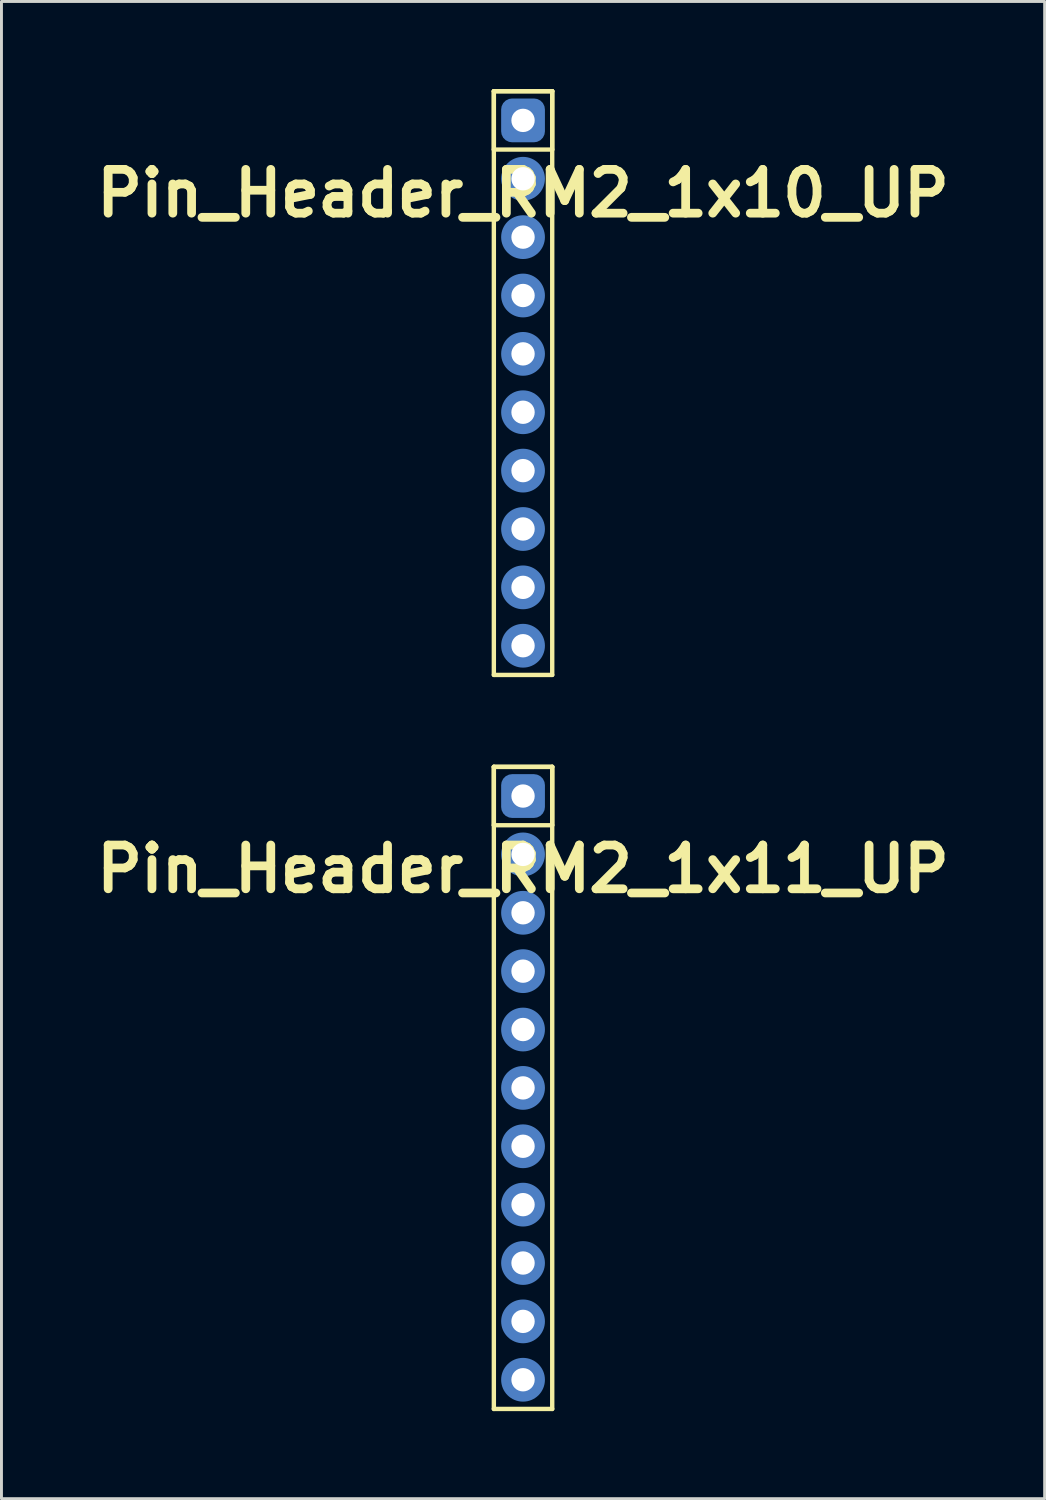
<source format=kicad_pcb>
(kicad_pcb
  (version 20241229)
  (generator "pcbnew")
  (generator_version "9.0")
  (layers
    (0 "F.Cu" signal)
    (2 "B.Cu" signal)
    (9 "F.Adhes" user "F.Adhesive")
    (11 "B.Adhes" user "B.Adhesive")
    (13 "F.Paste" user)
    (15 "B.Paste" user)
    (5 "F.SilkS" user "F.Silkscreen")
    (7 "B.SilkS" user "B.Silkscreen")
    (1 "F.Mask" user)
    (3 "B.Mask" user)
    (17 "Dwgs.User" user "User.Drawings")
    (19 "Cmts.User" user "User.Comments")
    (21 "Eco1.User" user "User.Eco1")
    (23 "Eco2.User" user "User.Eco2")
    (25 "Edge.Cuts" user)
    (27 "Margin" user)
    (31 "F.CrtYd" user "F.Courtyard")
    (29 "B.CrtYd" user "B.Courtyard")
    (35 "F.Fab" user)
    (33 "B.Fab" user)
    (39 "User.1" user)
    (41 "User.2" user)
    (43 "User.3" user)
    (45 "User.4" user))
  (footprint "Pin_Header_RM2_1x10_UP"
    (layer "F.Cu")
    (at 14.871 1.075)
    (property "Reference" "Pin_Header_RM2_1x10_UP" (at 0 2.5 0) (layer "F.SilkS") (effects (font (size 1.5 1.5) (thickness 0.3))))
    (attr through_hole)
    (fp_line (start -1 -1) (end 1 -1) (stroke (width 0.15) (type solid)) (layer "F.SilkS"))
    (fp_line (start -1 -1) (end 1 -1) (stroke (width 0.15) (type solid)) (layer "F.SilkS"))
    (fp_line (start -1 1) (end -1 -1) (stroke (width 0.15) (type solid)) (layer "F.SilkS"))
    (fp_line (start -1 19) (end -1 -1) (stroke (width 0.15) (type solid)) (layer "F.SilkS"))
    (fp_line (start 1 -1) (end 1 1) (stroke (width 0.15) (type solid)) (layer "F.SilkS"))
    (fp_line (start 1 -1) (end 1 19) (stroke (width 0.15) (type solid)) (layer "F.SilkS"))
    (fp_line (start 1 1) (end -1 1) (stroke (width 0.15) (type solid)) (layer "F.SilkS"))
    (fp_line (start 1 19) (end -1 19) (stroke (width 0.15) (type solid)) (layer "F.SilkS"))
    (pad "1" thru_hole circle (at 0 0) (size 1.1 1.1) (drill 0.8) (layers "*.Cu" "*.Mask"))
    (pad "1" smd roundrect (at 0 0) (size 1.25 1.25) (layers "F.Cu" "F.Mask") (roundrect_rratio 0.25))
    (pad "1" smd roundrect (at 0 0) (size 1.5 1.5) (layers "B.Cu" "B.Mask") (roundrect_rratio 0.25))
    (pad "2" thru_hole circle (at 0 2) (size 1.1 1.1) (drill 0.8) (layers "*.Cu" "*.Mask"))
    (pad "2" smd circle (at 0 2) (size 1.25 1.25) (layers "F.Cu" "F.Mask"))
    (pad "2" smd circle (at 0 2) (size 1.5 1.5) (layers "B.Cu" "B.Mask"))
    (pad "3" thru_hole circle (at 0 4) (size 1.1 1.1) (drill 0.8) (layers "*.Cu" "*.Mask"))
    (pad "3" smd circle (at 0 4) (size 1.25 1.25) (layers "F.Cu" "F.Mask"))
    (pad "3" smd circle (at 0 4) (size 1.5 1.5) (layers "B.Cu" "B.Mask"))
    (pad "4" thru_hole circle (at 0 6) (size 1.1 1.1) (drill 0.8) (layers "*.Cu" "*.Mask"))
    (pad "4" smd circle (at 0 6) (size 1.25 1.25) (layers "F.Cu" "F.Mask"))
    (pad "4" smd circle (at 0 6) (size 1.5 1.5) (layers "B.Cu" "B.Mask"))
    (pad "5" thru_hole circle (at 0 8) (size 1.1 1.1) (drill 0.8) (layers "*.Cu" "*.Mask"))
    (pad "5" smd circle (at 0 8) (size 1.25 1.25) (layers "F.Cu" "F.Mask"))
    (pad "5" smd circle (at 0 8) (size 1.5 1.5) (layers "B.Cu" "B.Mask"))
    (pad "6" thru_hole circle (at 0 10) (size 1.1 1.1) (drill 0.8) (layers "*.Cu" "*.Mask"))
    (pad "6" smd circle (at 0 10) (size 1.25 1.25) (layers "F.Cu" "F.Mask"))
    (pad "6" smd circle (at 0 10) (size 1.5 1.5) (layers "B.Cu" "B.Mask"))
    (pad "7" thru_hole circle (at 0 12) (size 1.1 1.1) (drill 0.8) (layers "*.Cu" "*.Mask"))
    (pad "7" smd circle (at 0 12) (size 1.25 1.25) (layers "F.Cu" "F.Mask"))
    (pad "7" smd circle (at 0 12) (size 1.5 1.5) (layers "B.Cu" "B.Mask"))
    (pad "8" thru_hole circle (at 0 14) (size 1.1 1.1) (drill 0.8) (layers "*.Cu" "*.Mask"))
    (pad "8" smd circle (at 0 14) (size 1.25 1.25) (layers "F.Cu" "F.Mask"))
    (pad "8" smd circle (at 0 14) (size 1.5 1.5) (layers "B.Cu" "B.Mask"))
    (pad "9" thru_hole circle (at 0 16) (size 1.1 1.1) (drill 0.8) (layers "*.Cu" "*.Mask"))
    (pad "9" smd circle (at 0 16) (size 1.25 1.25) (layers "F.Cu" "F.Mask"))
    (pad "9" smd circle (at 0 16) (size 1.5 1.5) (layers "B.Cu" "B.Mask"))
    (pad "10" thru_hole circle (at 0 18) (size 1.1 1.1) (drill 0.8) (layers "*.Cu" "*.Mask"))
    (pad "10" smd circle (at 0 18) (size 1.25 1.25) (layers "F.Cu" "F.Mask"))
    (pad "10" smd circle (at 0 18) (size 1.5 1.5) (layers "B.Cu" "B.Mask")))
  (footprint "Pin_Header_RM2_1x11_UP"
    (layer "F.Cu")
    (at 14.871 24.225)
    (property "Reference" "Pin_Header_RM2_1x11_UP" (at 0 2.5 0) (layer "F.SilkS") (effects (font (size 1.5 1.5) (thickness 0.3))))
    (attr through_hole)
    (fp_line (start -1 -1) (end 1 -1) (stroke (width 0.15) (type solid)) (layer "F.SilkS"))
    (fp_line (start -1 -1) (end 1 -1) (stroke (width 0.15) (type solid)) (layer "F.SilkS"))
    (fp_line (start -1 1) (end -1 -1) (stroke (width 0.15) (type solid)) (layer "F.SilkS"))
    (fp_line (start -1 21) (end -1 -1) (stroke (width 0.15) (type solid)) (layer "F.SilkS"))
    (fp_line (start 1 -1) (end 1 1) (stroke (width 0.15) (type solid)) (layer "F.SilkS"))
    (fp_line (start 1 -1) (end 1 21) (stroke (width 0.15) (type solid)) (layer "F.SilkS"))
    (fp_line (start 1 1) (end -1 1) (stroke (width 0.15) (type solid)) (layer "F.SilkS"))
    (fp_line (start 1 21) (end -1 21) (stroke (width 0.15) (type solid)) (layer "F.SilkS"))
    (pad "1" thru_hole circle (at 0 0) (size 1.1 1.1) (drill 0.8) (layers "*.Cu" "*.Mask"))
    (pad "1" smd roundrect (at 0 0) (size 1.25 1.25) (layers "F.Cu" "F.Mask") (roundrect_rratio 0.25))
    (pad "1" smd roundrect (at 0 0) (size 1.5 1.5) (layers "B.Cu" "B.Mask") (roundrect_rratio 0.25))
    (pad "2" thru_hole circle (at 0 2) (size 1.1 1.1) (drill 0.8) (layers "*.Cu" "*.Mask"))
    (pad "2" smd circle (at 0 2) (size 1.25 1.25) (layers "F.Cu" "F.Mask"))
    (pad "2" smd circle (at 0 2) (size 1.5 1.5) (layers "B.Cu" "B.Mask"))
    (pad "3" thru_hole circle (at 0 4) (size 1.1 1.1) (drill 0.8) (layers "*.Cu" "*.Mask"))
    (pad "3" smd circle (at 0 4) (size 1.25 1.25) (layers "F.Cu" "F.Mask"))
    (pad "3" smd circle (at 0 4) (size 1.5 1.5) (layers "B.Cu" "B.Mask"))
    (pad "4" thru_hole circle (at 0 6) (size 1.1 1.1) (drill 0.8) (layers "*.Cu" "*.Mask"))
    (pad "4" smd circle (at 0 6) (size 1.25 1.25) (layers "F.Cu" "F.Mask"))
    (pad "4" smd circle (at 0 6) (size 1.5 1.5) (layers "B.Cu" "B.Mask"))
    (pad "5" thru_hole circle (at 0 8) (size 1.1 1.1) (drill 0.8) (layers "*.Cu" "*.Mask"))
    (pad "5" smd circle (at 0 8) (size 1.25 1.25) (layers "F.Cu" "F.Mask"))
    (pad "5" smd circle (at 0 8) (size 1.5 1.5) (layers "B.Cu" "B.Mask"))
    (pad "6" thru_hole circle (at 0 10) (size 1.1 1.1) (drill 0.8) (layers "*.Cu" "*.Mask"))
    (pad "6" smd circle (at 0 10) (size 1.25 1.25) (layers "F.Cu" "F.Mask"))
    (pad "6" smd circle (at 0 10) (size 1.5 1.5) (layers "B.Cu" "B.Mask"))
    (pad "7" thru_hole circle (at 0 12) (size 1.1 1.1) (drill 0.8) (layers "*.Cu" "*.Mask"))
    (pad "7" smd circle (at 0 12) (size 1.25 1.25) (layers "F.Cu" "F.Mask"))
    (pad "7" smd circle (at 0 12) (size 1.5 1.5) (layers "B.Cu" "B.Mask"))
    (pad "8" thru_hole circle (at 0 14) (size 1.1 1.1) (drill 0.8) (layers "*.Cu" "*.Mask"))
    (pad "8" smd circle (at 0 14) (size 1.25 1.25) (layers "F.Cu" "F.Mask"))
    (pad "8" smd circle (at 0 14) (size 1.5 1.5) (layers "B.Cu" "B.Mask"))
    (pad "9" thru_hole circle (at 0 16) (size 1.1 1.1) (drill 0.8) (layers "*.Cu" "*.Mask"))
    (pad "9" smd circle (at 0 16) (size 1.25 1.25) (layers "F.Cu" "F.Mask"))
    (pad "9" smd circle (at 0 16) (size 1.5 1.5) (layers "B.Cu" "B.Mask"))
    (pad "10" thru_hole circle (at 0 18) (size 1.1 1.1) (drill 0.8) (layers "*.Cu" "*.Mask"))
    (pad "10" smd circle (at 0 18) (size 1.25 1.25) (layers "F.Cu" "F.Mask"))
    (pad "10" smd circle (at 0 18) (size 1.5 1.5) (layers "B.Cu" "B.Mask"))
    (pad "11" thru_hole circle (at 0 20) (size 1.1 1.1) (drill 0.8) (layers "*.Cu" "*.Mask"))
    (pad "11" smd circle (at 0 20) (size 1.25 1.25) (layers "F.Cu" "F.Mask"))
    (pad "11" smd circle (at 0 20) (size 1.5 1.5) (layers "B.Cu" "B.Mask")))
  (gr_rect
    (start -3 -3)
    (end 32.743 48.3)
    (stroke (width 0.1) (type default))
    (fill no)
    (layer "Edge.Cuts")))
</source>
